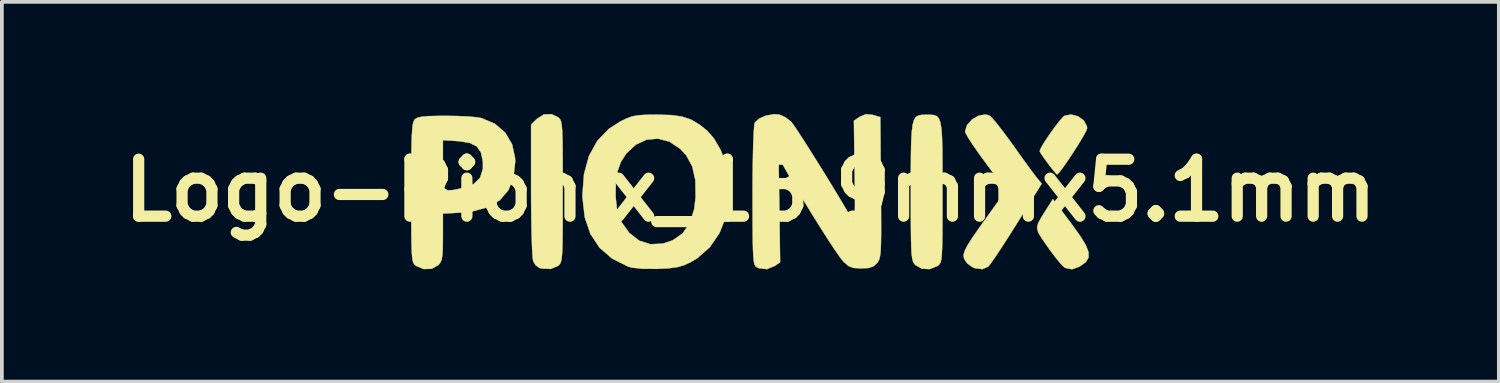
<source format=kicad_pcb>
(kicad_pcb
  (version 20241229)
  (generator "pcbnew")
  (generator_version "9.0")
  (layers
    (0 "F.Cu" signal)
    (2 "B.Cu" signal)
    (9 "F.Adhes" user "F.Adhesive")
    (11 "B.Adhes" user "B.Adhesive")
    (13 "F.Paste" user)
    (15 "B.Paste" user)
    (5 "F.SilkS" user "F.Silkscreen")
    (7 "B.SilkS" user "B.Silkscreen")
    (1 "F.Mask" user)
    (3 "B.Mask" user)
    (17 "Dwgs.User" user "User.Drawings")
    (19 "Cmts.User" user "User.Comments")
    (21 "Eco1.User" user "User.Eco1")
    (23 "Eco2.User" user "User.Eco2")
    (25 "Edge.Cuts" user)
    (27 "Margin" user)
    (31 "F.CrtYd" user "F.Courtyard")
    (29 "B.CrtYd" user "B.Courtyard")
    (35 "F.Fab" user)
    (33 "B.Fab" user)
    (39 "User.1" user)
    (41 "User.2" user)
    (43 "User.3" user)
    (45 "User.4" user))
  (footprint "Logo-Pionix_18.9mmx5.1mm"
    (layer "F.Cu")
    (at 17.025 2.044)
    (property "Reference" "Logo-Pionix_18.9mmx5.1mm" (at 0 0 0) (layer "F.SilkS") (effects (font (size 1.524 1.524) (thickness 0.3))))
    (attr through_hole)
    (fp_poly (pts (xy 8.583 0.882) (xy 8.817 1.206) (xy 8.971 1.456) (xy 9.048 1.648) (xy 9.049 1.796) (xy 8.978 1.915) (xy 8.837 2.019) (xy 8.788 2.046) (xy 8.604 2.11) (xy 8.439 2.077) (xy 8.396 2.054) (xy 8.319 1.981) (xy 8.195 1.832) (xy 8.044 1.634) (xy 7.956 1.511) (xy 7.798 1.285) (xy 7.703 1.128) (xy 7.671 1.003) (xy 7.7 0.876) (xy 7.79 0.714) (xy 7.924 0.502) (xy 8.094 0.233) (xy 8.583 0.882)) (stroke (width 0.01) (type solid)) (fill yes) (layer "F.SilkS"))
    (fp_poly (pts (xy 8.765 -1.983) (xy 8.919 -1.872) (xy 9.004 -1.72) (xy 9.011 -1.663) (xy 8.98 -1.582) (xy 8.897 -1.431) (xy 8.778 -1.234) (xy 8.639 -1.016) (xy 8.497 -0.801) (xy 8.367 -0.615) (xy 8.265 -0.481) (xy 8.207 -0.424) (xy 8.204 -0.423) (xy 8.163 -0.467) (xy 8.07 -0.582) (xy 7.965 -0.717) (xy 7.847 -0.878) (xy 7.766 -0.999) (xy 7.741 -1.049) (xy 7.775 -1.136) (xy 7.865 -1.288) (xy 7.989 -1.476) (xy 8.127 -1.67) (xy 8.259 -1.841) (xy 8.364 -1.961) (xy 8.406 -1.996) (xy 8.581 -2.031) (xy 8.765 -1.983)) (stroke (width 0.01) (type solid)) (fill yes) (layer "F.SilkS"))
    (fp_poly (pts (xy -5.154 -1.962) (xy -5.117 -1.934) (xy -5.087 -1.898) (xy -5.064 -1.841) (xy -5.047 -1.751) (xy -5.035 -1.615) (xy -5.027 -1.418) (xy -5.022 -1.149) (xy -5.02 -0.794) (xy -5.02 -0.34) (xy -5.02 0.03) (xy -5.02 0.559) (xy -5.021 0.98) (xy -5.024 1.305) (xy -5.029 1.55) (xy -5.038 1.725) (xy -5.052 1.845) (xy -5.071 1.923) (xy -5.096 1.971) (xy -5.128 2.003) (xy -5.154 2.023) (xy -5.341 2.101) (xy -5.573 2.091) (xy -5.643 2.074) (xy -5.746 2) (xy -5.809 1.896) (xy -5.824 1.798) (xy -5.837 1.597) (xy -5.848 1.307) (xy -5.857 0.948) (xy -5.863 0.534) (xy -5.866 0.084) (xy -5.866 -0.007) (xy -5.866 -1.759) (xy -5.718 -1.908) (xy -5.523 -2.033) (xy -5.316 -2.039) (xy -5.154 -1.962)) (stroke (width 0.01) (type solid)) (fill yes) (layer "F.SilkS"))
    (fp_poly (pts (xy 6.4 -2.001) (xy 6.473 -1.933) (xy 6.598 -1.784) (xy 6.761 -1.575) (xy 6.946 -1.325) (xy 7.015 -1.229) (xy 7.208 -0.958) (xy 7.388 -0.709) (xy 7.537 -0.505) (xy 7.639 -0.371) (xy 7.658 -0.347) (xy 7.795 -0.18) (xy 7.127 0.893) (xy 6.921 1.219) (xy 6.732 1.512) (xy 6.57 1.756) (xy 6.446 1.935) (xy 6.372 2.032) (xy 6.362 2.041) (xy 6.21 2.107) (xy 6.017 2.082) (xy 5.946 2.056) (xy 5.812 1.96) (xy 5.743 1.871) (xy 5.712 1.795) (xy 5.708 1.714) (xy 5.738 1.611) (xy 5.81 1.471) (xy 5.932 1.278) (xy 6.111 1.018) (xy 6.328 0.715) (xy 6.844 -0.004) (xy 6.295 -0.739) (xy 6.103 -1.002) (xy 5.94 -1.237) (xy 5.819 -1.425) (xy 5.754 -1.546) (xy 5.745 -1.575) (xy 5.797 -1.746) (xy 5.929 -1.895) (xy 6.104 -1.998) (xy 6.287 -2.031) (xy 6.4 -2.001)) (stroke (width 0.01) (type solid)) (fill yes) (layer "F.SilkS"))
    (fp_poly (pts (xy 4.821 -2.023) (xy 4.915 -2.015) (xy 4.989 -1.986) (xy 5.044 -1.925) (xy 5.084 -1.82) (xy 5.111 -1.658) (xy 5.128 -1.429) (xy 5.137 -1.12) (xy 5.14 -0.718) (xy 5.141 -0.213) (xy 5.14 0.034) (xy 5.14 0.562) (xy 5.139 0.982) (xy 5.136 1.308) (xy 5.131 1.551) (xy 5.122 1.727) (xy 5.108 1.846) (xy 5.089 1.924) (xy 5.064 1.972) (xy 5.032 2.004) (xy 5.006 2.023) (xy 4.8 2.106) (xy 4.586 2.094) (xy 4.415 1.996) (xy 4.38 1.956) (xy 4.353 1.906) (xy 4.333 1.83) (xy 4.317 1.716) (xy 4.307 1.55) (xy 4.3 1.318) (xy 4.296 1.007) (xy 4.294 0.604) (xy 4.294 0.094) (xy 4.294 0.042) (xy 4.294 -0.512) (xy 4.297 -0.956) (xy 4.304 -1.304) (xy 4.319 -1.566) (xy 4.343 -1.756) (xy 4.378 -1.884) (xy 4.428 -1.963) (xy 4.494 -2.004) (xy 4.58 -2.02) (xy 4.686 -2.023) (xy 4.704 -2.023) (xy 4.821 -2.023)) (stroke (width 0.01) (type solid)) (fill yes) (layer "F.SilkS"))
    (fp_poly (pts (xy -2.483 -2.026) (xy -2.113 -2.015) (xy -1.828 -1.975) (xy -1.591 -1.896) (xy -1.368 -1.765) (xy -1.161 -1.603) (xy -0.969 -1.384) (xy -0.796 -1.084) (xy -0.66 -0.739) (xy -0.579 -0.389) (xy -0.573 -0.336) (xy -0.563 0.202) (xy -0.65 0.699) (xy -0.826 1.143) (xy -1.085 1.52) (xy -1.422 1.816) (xy -1.597 1.92) (xy -1.774 2.001) (xy -1.951 2.052) (xy -2.169 2.082) (xy -2.466 2.098) (xy -2.48 2.099) (xy -2.875 2.098) (xy -3.163 2.067) (xy -3.273 2.037) (xy -3.701 1.822) (xy -4.036 1.532) (xy -4.278 1.166) (xy -4.43 0.721) (xy -4.49 0.196) (xy -4.491 0.161) (xy -3.605 0.161) (xy -3.57 0.493) (xy -3.493 0.765) (xy -3.468 0.816) (xy -3.243 1.135) (xy -2.975 1.344) (xy -2.67 1.441) (xy -2.336 1.423) (xy -2.077 1.335) (xy -1.811 1.15) (xy -1.619 0.873) (xy -1.502 0.501) (xy -1.464 0.181) (xy -1.471 -0.271) (xy -1.553 -0.639) (xy -1.716 -0.939) (xy -1.875 -1.112) (xy -2.166 -1.305) (xy -2.473 -1.385) (xy -2.778 -1.356) (xy -3.066 -1.223) (xy -3.318 -0.987) (xy -3.464 -0.763) (xy -3.553 -0.51) (xy -3.6 -0.188) (xy -3.605 0.161) (xy -4.491 0.161) (xy -4.492 0.119) (xy -4.45 -0.439) (xy -4.317 -0.921) (xy -4.095 -1.325) (xy -3.785 -1.648) (xy -3.48 -1.843) (xy -3.308 -1.926) (xy -3.161 -1.98) (xy -3.002 -2.009) (xy -2.797 -2.023) (xy -2.509 -2.026) (xy -2.483 -2.026)) (stroke (width 0.01) (type solid)) (fill yes) (layer "F.SilkS"))
    (fp_poly (pts (xy -7.835 -1.99) (xy -7.55 -1.977) (xy -7.321 -1.957) (xy -7.19 -1.934) (xy -6.829 -1.779) (xy -6.555 -1.542) (xy -6.374 -1.234) (xy -6.294 -0.865) (xy -6.291 -0.769) (xy -6.336 -0.348) (xy -6.474 -0.004) (xy -6.705 0.263) (xy -7.03 0.452) (xy -7.446 0.564) (xy -7.726 0.593) (xy -8.225 0.62) (xy -8.225 1.247) (xy -8.228 1.538) (xy -8.239 1.734) (xy -8.262 1.861) (xy -8.303 1.946) (xy -8.346 1.996) (xy -8.525 2.097) (xy -8.739 2.104) (xy -8.937 2.023) (xy -8.975 1.994) (xy -9.005 1.958) (xy -9.028 1.901) (xy -9.045 1.81) (xy -9.057 1.672) (xy -9.064 1.474) (xy -9.069 1.202) (xy -9.071 0.843) (xy -9.071 0.384) (xy -9.071 0.061) (xy -9.071 -0.472) (xy -9.07 -0.672) (xy -8.225 -0.672) (xy -8.225 -0.366) (xy -8.214 -0.163) (xy -8.176 -0.047) (xy -8.098 -0.001) (xy -7.962 -0.008) (xy -7.755 -0.05) (xy -7.679 -0.066) (xy -7.405 -0.169) (xy -7.231 -0.338) (xy -7.155 -0.578) (xy -7.156 -0.778) (xy -7.208 -1.016) (xy -7.319 -1.176) (xy -7.507 -1.271) (xy -7.79 -1.317) (xy -7.83 -1.319) (xy -8.225 -1.345) (xy -8.225 -0.672) (xy -9.07 -0.672) (xy -9.068 -0.898) (xy -9.064 -1.228) (xy -9.056 -1.475) (xy -9.044 -1.653) (xy -9.029 -1.773) (xy -9.008 -1.85) (xy -8.982 -1.895) (xy -8.976 -1.901) (xy -8.91 -1.943) (xy -8.798 -1.971) (xy -8.618 -1.987) (xy -8.35 -1.994) (xy -8.145 -1.995) (xy -7.835 -1.99)) (stroke (width 0.01) (type solid)) (fill yes) (layer "F.SilkS"))
    (fp_poly (pts (xy 0.778 -2.028) (xy 0.938 -1.956) (xy 1.092 -1.835) (xy 1.1 -1.826) (xy 1.168 -1.736) (xy 1.286 -1.559) (xy 1.444 -1.316) (xy 1.629 -1.024) (xy 1.831 -0.702) (xy 2.038 -0.368) (xy 2.238 -0.04) (xy 2.421 0.262) (xy 2.574 0.521) (xy 2.687 0.719) (xy 2.729 0.798) (xy 2.755 0.837) (xy 2.775 0.83) (xy 2.788 0.764) (xy 2.796 0.628) (xy 2.799 0.41) (xy 2.798 0.097) (xy 2.793 -0.321) (xy 2.791 -0.452) (xy 2.771 -1.865) (xy 2.929 -1.969) (xy 3.087 -2.038) (xy 3.258 -2.024) (xy 3.283 -2.017) (xy 3.477 -1.961) (xy 3.493 -0.081) (xy 3.497 0.447) (xy 3.499 0.868) (xy 3.499 1.194) (xy 3.494 1.441) (xy 3.486 1.62) (xy 3.472 1.746) (xy 3.453 1.832) (xy 3.428 1.891) (xy 3.397 1.938) (xy 3.393 1.943) (xy 3.294 2.033) (xy 3.162 2.076) (xy 2.97 2.086) (xy 2.767 2.075) (xy 2.63 2.026) (xy 2.504 1.919) (xy 2.49 1.905) (xy 2.399 1.79) (xy 2.259 1.588) (xy 2.079 1.316) (xy 1.872 0.991) (xy 1.647 0.631) (xy 1.416 0.252) (xy 1.19 -0.127) (xy 0.999 -0.456) (xy 0.756 -0.882) (xy 0.777 0.519) (xy 0.797 1.921) (xy 0.657 2.019) (xy 0.441 2.107) (xy 0.224 2.08) (xy 0.166 2.051) (xy 0.136 2.026) (xy 0.113 1.979) (xy 0.094 1.899) (xy 0.081 1.772) (xy 0.071 1.586) (xy 0.065 1.327) (xy 0.062 0.982) (xy 0.061 0.539) (xy 0.06 0.144) (xy 0.062 -0.382) (xy 0.068 -0.844) (xy 0.077 -1.229) (xy 0.089 -1.527) (xy 0.104 -1.726) (xy 0.12 -1.813) (xy 0.235 -1.921) (xy 0.422 -2.001) (xy 0.633 -2.038) (xy 0.778 -2.028)) (stroke (width 0.01) (type solid)) (fill yes) (layer "F.SilkS")))
  (gr_rect
    (start -3 -3)
    (end 37.051 7.159)
    (stroke (width 0.1) (type default))
    (fill no)
    (layer "Edge.Cuts")))
</source>
